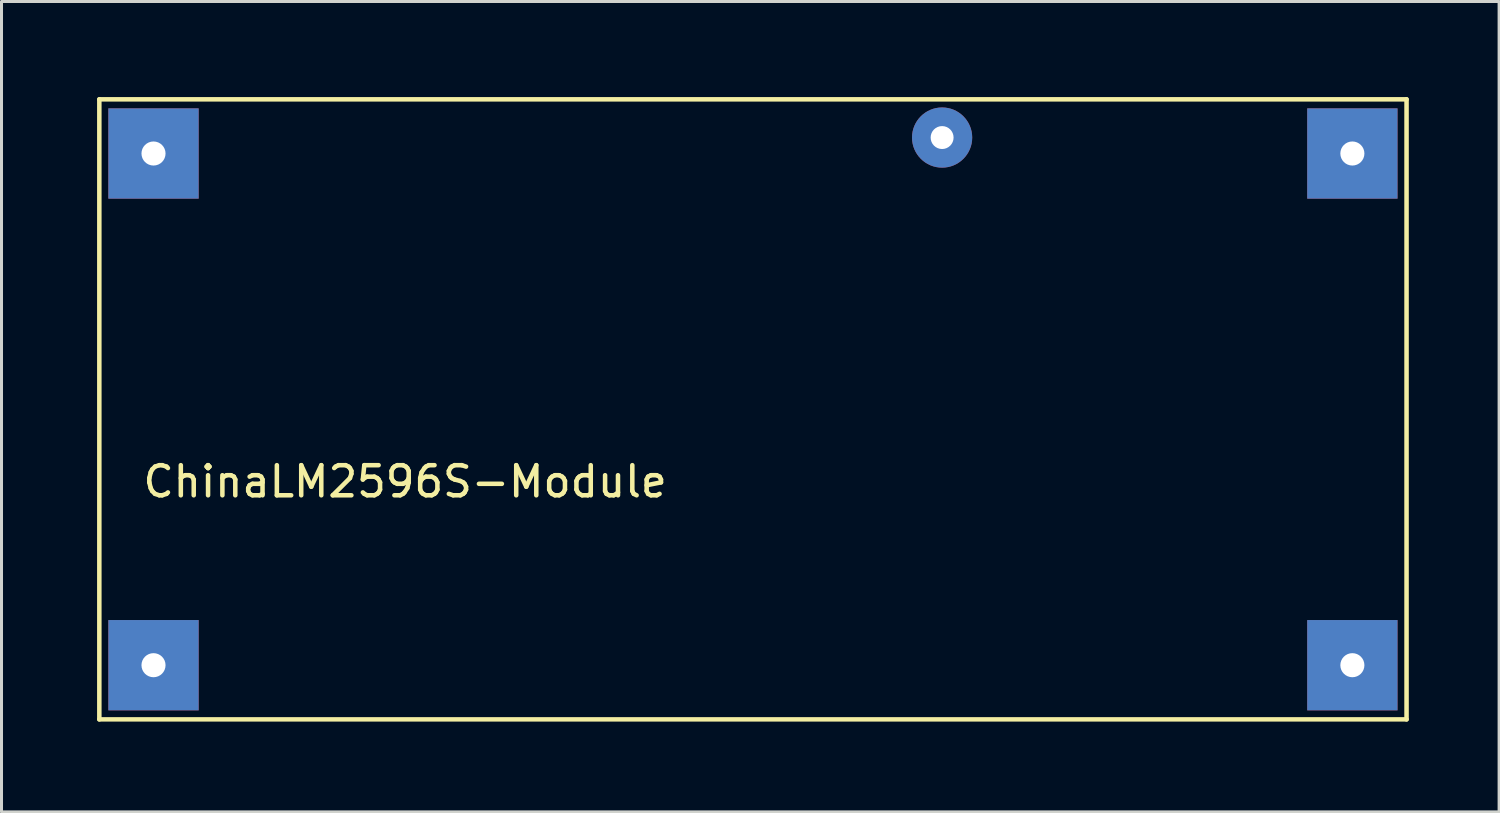
<source format=kicad_pcb>
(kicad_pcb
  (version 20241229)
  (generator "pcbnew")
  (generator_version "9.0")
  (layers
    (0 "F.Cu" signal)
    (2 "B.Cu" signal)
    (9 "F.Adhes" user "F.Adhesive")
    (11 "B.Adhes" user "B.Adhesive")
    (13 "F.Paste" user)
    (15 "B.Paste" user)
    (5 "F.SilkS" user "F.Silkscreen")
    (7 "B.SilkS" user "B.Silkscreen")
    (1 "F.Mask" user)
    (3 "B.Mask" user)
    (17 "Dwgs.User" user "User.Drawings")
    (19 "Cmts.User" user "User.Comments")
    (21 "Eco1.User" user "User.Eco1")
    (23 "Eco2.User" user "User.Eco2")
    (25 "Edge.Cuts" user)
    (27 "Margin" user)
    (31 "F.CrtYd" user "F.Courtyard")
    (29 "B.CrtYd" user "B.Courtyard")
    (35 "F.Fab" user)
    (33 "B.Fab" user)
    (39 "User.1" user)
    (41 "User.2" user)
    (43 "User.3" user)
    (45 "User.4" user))
  (footprint "ChinaLM2596S-Module"
    (layer "F.Cu")
    (at 0.25 0.25)
    (property "Reference" "ChinaLM2596S-Module" (at 10.16 12.7 0) (layer "F.SilkS") (effects (font (size 1 1) (thickness 0.15))))
    (attr through_hole)
    (fp_line (start 0 0) (end 0 20.6) (stroke (width 0.15) (type solid)) (layer "F.SilkS"))
    (fp_line (start 43.43 0) (end 0 0) (stroke (width 0.15) (type solid)) (layer "F.SilkS"))
    (fp_line (start 43.43 20.6) (end 0 20.6) (stroke (width 0.15) (type solid)) (layer "F.SilkS"))
    (fp_line (start 43.43 20.6) (end 43.43 0) (stroke (width 0.15) (type solid)) (layer "F.SilkS"))
    (pad "1" thru_hole rect (at 1.8 1.8) (size 3 3) (drill 0.8) (layers "*.Cu" "*.Mask"))
    (pad "2" thru_hole rect (at 1.8 18.8) (size 3 3) (drill 0.8) (layers "*.Cu" "*.Mask"))
    (pad "3" thru_hole circle (at 28 1.27) (size 2 2) (drill 0.762) (layers "*.Cu" "*.Mask"))
    (pad "4" thru_hole rect (at 41.63 18.8) (size 3 3) (drill 0.8) (layers "*.Cu" "*.Mask"))
    (pad "5" thru_hole rect (at 41.63 1.8) (size 3 3) (drill 0.8) (layers "*.Cu" "*.Mask")))
  (gr_rect
    (start -3 -3)
    (end 46.755 23.925)
    (stroke (width 0.1) (type default))
    (fill no)
    (layer "Edge.Cuts")))
</source>
